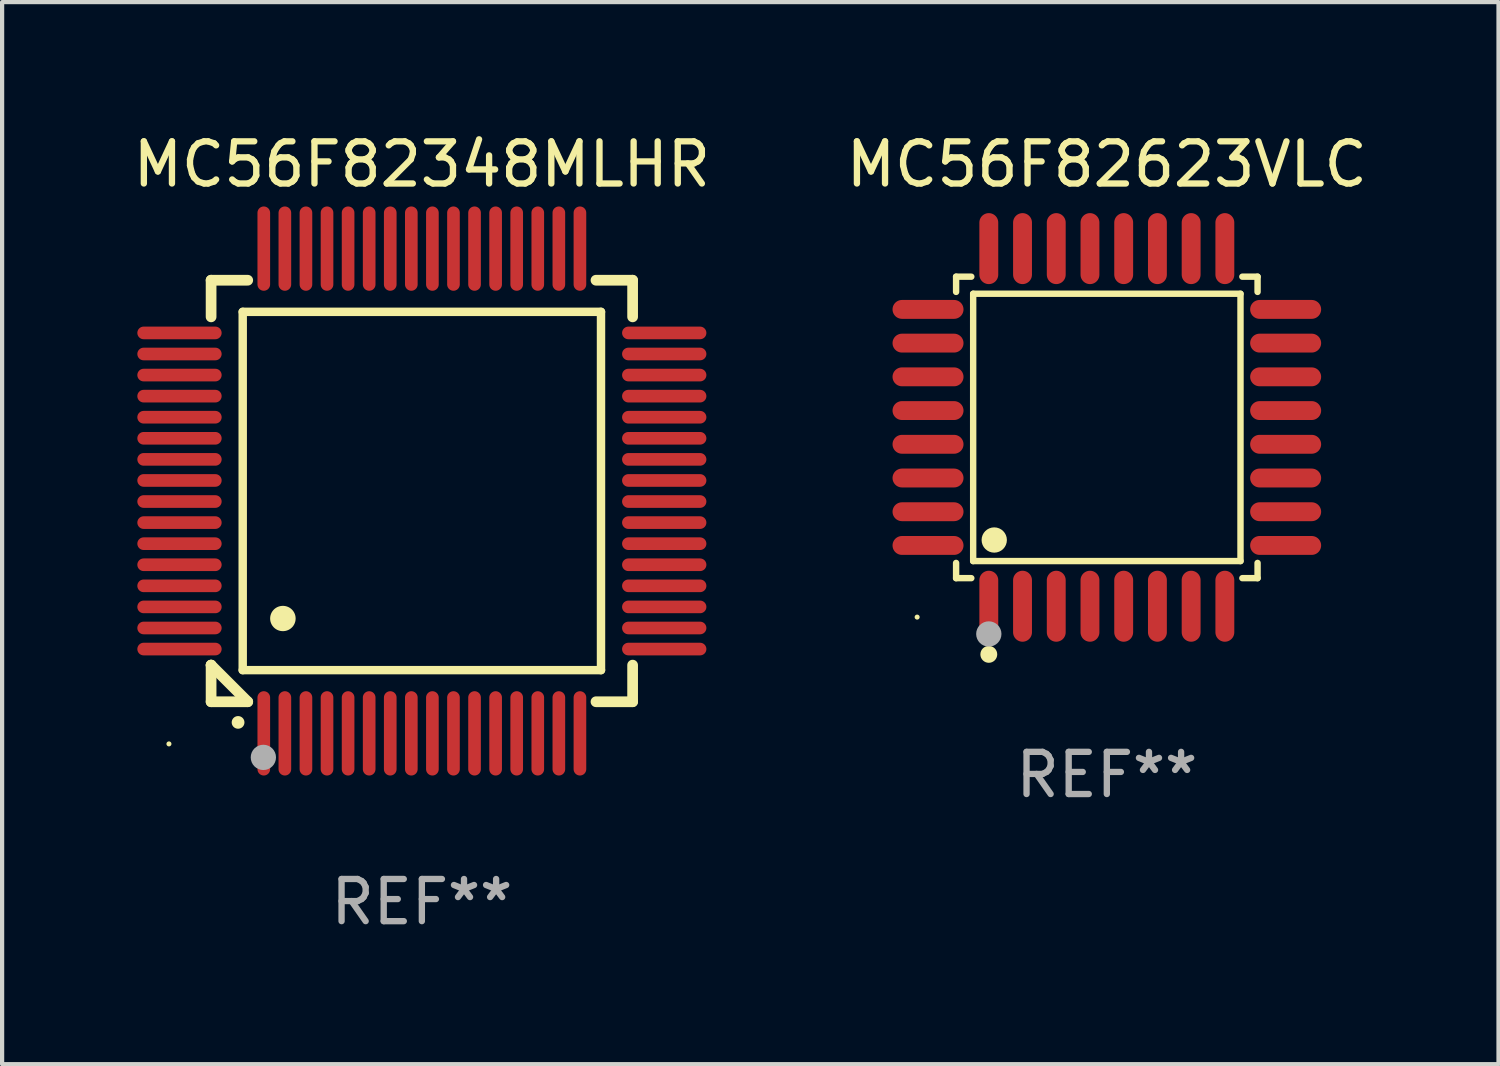
<source format=kicad_pcb>
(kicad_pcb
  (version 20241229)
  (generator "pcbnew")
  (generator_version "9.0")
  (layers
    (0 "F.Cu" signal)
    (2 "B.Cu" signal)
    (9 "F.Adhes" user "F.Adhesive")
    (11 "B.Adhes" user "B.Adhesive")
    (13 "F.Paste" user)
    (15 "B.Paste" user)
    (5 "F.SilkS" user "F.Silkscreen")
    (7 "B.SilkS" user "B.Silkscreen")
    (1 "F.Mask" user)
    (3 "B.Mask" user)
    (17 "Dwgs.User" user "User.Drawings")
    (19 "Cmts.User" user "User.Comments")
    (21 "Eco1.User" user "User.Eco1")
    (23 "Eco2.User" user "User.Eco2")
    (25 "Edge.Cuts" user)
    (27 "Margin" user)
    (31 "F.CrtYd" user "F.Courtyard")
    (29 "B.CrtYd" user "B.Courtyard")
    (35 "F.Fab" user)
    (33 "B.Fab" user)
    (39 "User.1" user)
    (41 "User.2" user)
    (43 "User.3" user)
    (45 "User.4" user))
  (footprint "MC56F82348MLHR"
    (layer "F.Cu")
    (at 6.958 8.598)
    (property "Reference" "MC56F82348MLHR" (at 0 -7.75 0) (layer "F.SilkS") (effects (font (size 1 1) (thickness 0.15))))
    (attr through_hole)
    (fp_line (start -5 -5) (end -4.131 -5) (stroke (width 0.254) (type solid)) (layer "F.SilkS"))
    (fp_line (start -5 -4.131) (end -5 -5) (stroke (width 0.254) (type solid)) (layer "F.SilkS"))
    (fp_line (start -5 4.131) (end -5 4.131) (stroke (width 0.254) (type solid)) (layer "F.SilkS"))
    (fp_line (start -5 5) (end -5 4.131) (stroke (width 0.254) (type solid)) (layer "F.SilkS"))
    (fp_line (start -5 4.131) (end -4.131 5) (stroke (width 0.254) (type solid)) (layer "F.SilkS"))
    (fp_line (start -4.25 -4.25) (end -4.25 4.25) (stroke (width 0.2) (type solid)) (layer "F.SilkS"))
    (fp_line (start -4.25 4.25) (end 4.25 4.25) (stroke (width 0.2) (type solid)) (layer "F.SilkS"))
    (fp_line (start -4.131 5) (end -5 5) (stroke (width 0.254) (type solid)) (layer "F.SilkS"))
    (fp_line (start 4.25 -4.25) (end -4.25 -4.25) (stroke (width 0.2) (type solid)) (layer "F.SilkS"))
    (fp_line (start 4.25 4.25) (end 4.25 -4.25) (stroke (width 0.2) (type solid)) (layer "F.SilkS"))
    (fp_line (start 5 -5) (end 4.131 -5) (stroke (width 0.254) (type solid)) (layer "F.SilkS"))
    (fp_line (start 5 -5) (end 5 -4.131) (stroke (width 0.254) (type solid)) (layer "F.SilkS"))
    (fp_line (start 5 4.131) (end 5 5) (stroke (width 0.254) (type solid)) (layer "F.SilkS"))
    (fp_line (start 5 5) (end 4.131 5) (stroke (width 0.254) (type solid)) (layer "F.SilkS"))
    (fp_arc (start -4.361265 5.489992) (mid -4.359995 5.489987) (end -4.358725 5.489992) (stroke (width 0.3) (type solid)) (layer "F.SilkS"))
    (fp_arc (start -3.299467 3.025146) (mid -3.296927 3.025135) (end -3.294387 3.025146) (stroke (width 0.6) (type solid)) (layer "F.SilkS"))
    (fp_circle (center -6 6) (end -5.97 6) (stroke (width 0.06) (type solid)) (fill no) (layer "F.SilkS"))
    (fp_circle (center -3.76 6.32) (end -3.61 6.32) (stroke (width 0.3) (type solid)) (fill no) (layer "F.Fab"))
    (fp_text user "REF**" (at 0 9.75 0) (layer "F.Fab") (effects (font (size 1 1) (thickness 0.15))))
    (pad "1" smd oval (at -3.75 5.75) (size 0.3 2) (layers "F.Cu" "F.Mask" "F.Paste"))
    (pad "2" smd oval (at -3.25 5.75) (size 0.3 2) (layers "F.Cu" "F.Mask" "F.Paste"))
    (pad "3" smd oval (at -2.75 5.75) (size 0.3 2) (layers "F.Cu" "F.Mask" "F.Paste"))
    (pad "4" smd oval (at -2.25 5.75) (size 0.3 2) (layers "F.Cu" "F.Mask" "F.Paste"))
    (pad "5" smd oval (at -1.75 5.75) (size 0.3 2) (layers "F.Cu" "F.Mask" "F.Paste"))
    (pad "6" smd oval (at -1.25 5.75) (size 0.3 2) (layers "F.Cu" "F.Mask" "F.Paste"))
    (pad "7" smd oval (at -0.75 5.75) (size 0.3 2) (layers "F.Cu" "F.Mask" "F.Paste"))
    (pad "8" smd oval (at -0.25 5.75) (size 0.3 2) (layers "F.Cu" "F.Mask" "F.Paste"))
    (pad "9" smd oval (at 0.25 5.75) (size 0.3 2) (layers "F.Cu" "F.Mask" "F.Paste"))
    (pad "10" smd oval (at 0.75 5.75) (size 0.3 2) (layers "F.Cu" "F.Mask" "F.Paste"))
    (pad "11" smd oval (at 1.25 5.75) (size 0.3 2) (layers "F.Cu" "F.Mask" "F.Paste"))
    (pad "12" smd oval (at 1.75 5.75) (size 0.3 2) (layers "F.Cu" "F.Mask" "F.Paste"))
    (pad "13" smd oval (at 2.25 5.75) (size 0.3 2) (layers "F.Cu" "F.Mask" "F.Paste"))
    (pad "14" smd oval (at 2.75 5.75) (size 0.3 2) (layers "F.Cu" "F.Mask" "F.Paste"))
    (pad "15" smd oval (at 3.25 5.75) (size 0.3 2) (layers "F.Cu" "F.Mask" "F.Paste"))
    (pad "16" smd oval (at 3.75 5.75) (size 0.3 2) (layers "F.Cu" "F.Mask" "F.Paste"))
    (pad "17" smd oval (at 5.75 3.75) (size 2 0.3) (layers "F.Cu" "F.Mask" "F.Paste"))
    (pad "18" smd oval (at 5.75 3.25) (size 2 0.3) (layers "F.Cu" "F.Mask" "F.Paste"))
    (pad "19" smd oval (at 5.75 2.75) (size 2 0.3) (layers "F.Cu" "F.Mask" "F.Paste"))
    (pad "20" smd oval (at 5.75 2.25) (size 2 0.3) (layers "F.Cu" "F.Mask" "F.Paste"))
    (pad "21" smd oval (at 5.75 1.75) (size 2 0.3) (layers "F.Cu" "F.Mask" "F.Paste"))
    (pad "22" smd oval (at 5.75 1.25) (size 2 0.3) (layers "F.Cu" "F.Mask" "F.Paste"))
    (pad "23" smd oval (at 5.75 0.75) (size 2 0.3) (layers "F.Cu" "F.Mask" "F.Paste"))
    (pad "24" smd oval (at 5.75 0.25) (size 2 0.3) (layers "F.Cu" "F.Mask" "F.Paste"))
    (pad "25" smd oval (at 5.75 -0.25) (size 2 0.3) (layers "F.Cu" "F.Mask" "F.Paste"))
    (pad "26" smd oval (at 5.75 -0.75) (size 2 0.3) (layers "F.Cu" "F.Mask" "F.Paste"))
    (pad "27" smd oval (at 5.75 -1.25) (size 2 0.3) (layers "F.Cu" "F.Mask" "F.Paste"))
    (pad "28" smd oval (at 5.75 -1.75) (size 2 0.3) (layers "F.Cu" "F.Mask" "F.Paste"))
    (pad "29" smd oval (at 5.75 -2.25) (size 2 0.3) (layers "F.Cu" "F.Mask" "F.Paste"))
    (pad "30" smd oval (at 5.75 -2.75) (size 2 0.3) (layers "F.Cu" "F.Mask" "F.Paste"))
    (pad "31" smd oval (at 5.75 -3.25) (size 2 0.3) (layers "F.Cu" "F.Mask" "F.Paste"))
    (pad "32" smd oval (at 5.75 -3.75) (size 2 0.3) (layers "F.Cu" "F.Mask" "F.Paste"))
    (pad "33" smd oval (at 3.75 -5.75) (size 0.3 2) (layers "F.Cu" "F.Mask" "F.Paste"))
    (pad "34" smd oval (at 3.25 -5.75) (size 0.3 2) (layers "F.Cu" "F.Mask" "F.Paste"))
    (pad "35" smd oval (at 2.75 -5.75) (size 0.3 2) (layers "F.Cu" "F.Mask" "F.Paste"))
    (pad "36" smd oval (at 2.25 -5.75) (size 0.3 2) (layers "F.Cu" "F.Mask" "F.Paste"))
    (pad "37" smd oval (at 1.75 -5.75) (size 0.3 2) (layers "F.Cu" "F.Mask" "F.Paste"))
    (pad "38" smd oval (at 1.25 -5.75) (size 0.3 2) (layers "F.Cu" "F.Mask" "F.Paste"))
    (pad "39" smd oval (at 0.75 -5.75) (size 0.3 2) (layers "F.Cu" "F.Mask" "F.Paste"))
    (pad "40" smd oval (at 0.25 -5.75) (size 0.3 2) (layers "F.Cu" "F.Mask" "F.Paste"))
    (pad "41" smd oval (at -0.25 -5.75) (size 0.3 2) (layers "F.Cu" "F.Mask" "F.Paste"))
    (pad "42" smd oval (at -0.75 -5.75) (size 0.3 2) (layers "F.Cu" "F.Mask" "F.Paste"))
    (pad "43" smd oval (at -1.25 -5.75) (size 0.3 2) (layers "F.Cu" "F.Mask" "F.Paste"))
    (pad "44" smd oval (at -1.75 -5.75) (size 0.3 2) (layers "F.Cu" "F.Mask" "F.Paste"))
    (pad "45" smd oval (at -2.25 -5.75) (size 0.3 2) (layers "F.Cu" "F.Mask" "F.Paste"))
    (pad "46" smd oval (at -2.75 -5.75) (size 0.3 2) (layers "F.Cu" "F.Mask" "F.Paste"))
    (pad "47" smd oval (at -3.25 -5.75) (size 0.3 2) (layers "F.Cu" "F.Mask" "F.Paste"))
    (pad "48" smd oval (at -3.75 -5.75) (size 0.3 2) (layers "F.Cu" "F.Mask" "F.Paste"))
    (pad "49" smd oval (at -5.75 -3.75) (size 2 0.3) (layers "F.Cu" "F.Mask" "F.Paste"))
    (pad "50" smd oval (at -5.75 -3.25) (size 2 0.3) (layers "F.Cu" "F.Mask" "F.Paste"))
    (pad "51" smd oval (at -5.75 -2.75) (size 2 0.3) (layers "F.Cu" "F.Mask" "F.Paste"))
    (pad "52" smd oval (at -5.75 -2.25) (size 2 0.3) (layers "F.Cu" "F.Mask" "F.Paste"))
    (pad "53" smd oval (at -5.75 -1.75) (size 2 0.3) (layers "F.Cu" "F.Mask" "F.Paste"))
    (pad "54" smd oval (at -5.75 -1.25) (size 2 0.3) (layers "F.Cu" "F.Mask" "F.Paste"))
    (pad "55" smd oval (at -5.75 -0.75) (size 2 0.3) (layers "F.Cu" "F.Mask" "F.Paste"))
    (pad "56" smd oval (at -5.75 -0.25) (size 2 0.3) (layers "F.Cu" "F.Mask" "F.Paste"))
    (pad "57" smd oval (at -5.75 0.25) (size 2 0.3) (layers "F.Cu" "F.Mask" "F.Paste"))
    (pad "58" smd oval (at -5.75 0.75) (size 2 0.3) (layers "F.Cu" "F.Mask" "F.Paste"))
    (pad "59" smd oval (at -5.75 1.25) (size 2 0.3) (layers "F.Cu" "F.Mask" "F.Paste"))
    (pad "60" smd oval (at -5.75 1.75) (size 2 0.3) (layers "F.Cu" "F.Mask" "F.Paste"))
    (pad "61" smd oval (at -5.75 2.25) (size 2 0.3) (layers "F.Cu" "F.Mask" "F.Paste"))
    (pad "62" smd oval (at -5.75 2.75) (size 2 0.3) (layers "F.Cu" "F.Mask" "F.Paste"))
    (pad "63" smd oval (at -5.75 3.25) (size 2 0.3) (layers "F.Cu" "F.Mask" "F.Paste"))
    (pad "64" smd oval (at -5.75 3.75) (size 2 0.3) (layers "F.Cu" "F.Mask" "F.Paste")))
  (footprint "MC56F82623VLC"
    (layer "F.Cu")
    (at 23.208 7.09)
    (property "Reference" "MC56F82623VLC" (at 0 -6.242 0) (layer "F.SilkS") (effects (font (size 1 1) (thickness 0.15))))
    (attr through_hole)
    (fp_line (start -3.576 -3.576) (end -3.215 -3.576) (stroke (width 0.152) (type solid)) (layer "F.SilkS"))
    (fp_line (start -3.576 -3.215) (end -3.576 -3.576) (stroke (width 0.152) (type solid)) (layer "F.SilkS"))
    (fp_line (start -3.576 3.215) (end -3.576 3.576) (stroke (width 0.152) (type solid)) (layer "F.SilkS"))
    (fp_line (start -3.576 3.576) (end -3.215 3.576) (stroke (width 0.152) (type solid)) (layer "F.SilkS"))
    (fp_line (start -3.171 -3.171) (end 3.171 -3.171) (stroke (width 0.152) (type solid)) (layer "F.SilkS"))
    (fp_line (start -3.171 3.171) (end -3.171 -3.171) (stroke (width 0.152) (type solid)) (layer "F.SilkS"))
    (fp_line (start 3.171 -3.171) (end 3.171 3.171) (stroke (width 0.152) (type solid)) (layer "F.SilkS"))
    (fp_line (start 3.171 3.171) (end -3.171 3.171) (stroke (width 0.152) (type solid)) (layer "F.SilkS"))
    (fp_line (start 3.576 -3.576) (end 3.215 -3.576) (stroke (width 0.152) (type solid)) (layer "F.SilkS"))
    (fp_line (start 3.576 -3.215) (end 3.576 -3.576) (stroke (width 0.152) (type solid)) (layer "F.SilkS"))
    (fp_line (start 3.576 3.215) (end 3.576 3.576) (stroke (width 0.152) (type solid)) (layer "F.SilkS"))
    (fp_line (start 3.576 3.576) (end 3.215 3.576) (stroke (width 0.152) (type solid)) (layer "F.SilkS"))
    (fp_circle (center -4.5 4.5) (end -4.47 4.5) (stroke (width 0.06) (type solid)) (fill no) (layer "F.SilkS"))
    (fp_circle (center -2.8 5.384) (end -2.7 5.384) (stroke (width 0.2) (type solid)) (fill no) (layer "F.SilkS"))
    (fp_circle (center -2.671 2.671) (end -2.521 2.671) (stroke (width 0.3) (type solid)) (fill no) (layer "F.SilkS"))
    (fp_circle (center -2.8 4.9) (end -2.65 4.9) (stroke (width 0.3) (type solid)) (fill no) (layer "F.Fab"))
    (fp_text user "REF**" (at 0 8.242 0) (layer "F.Fab") (effects (font (size 1 1) (thickness 0.15))))
    (pad "1" smd oval (at -2.8 4.242) (size 0.448 1.684) (layers "F.Cu" "F.Mask" "F.Paste"))
    (pad "2" smd oval (at -2 4.242) (size 0.448 1.684) (layers "F.Cu" "F.Mask" "F.Paste"))
    (pad "3" smd oval (at -1.2 4.242) (size 0.448 1.684) (layers "F.Cu" "F.Mask" "F.Paste"))
    (pad "4" smd oval (at -0.4 4.242) (size 0.448 1.684) (layers "F.Cu" "F.Mask" "F.Paste"))
    (pad "5" smd oval (at 0.4 4.242) (size 0.448 1.684) (layers "F.Cu" "F.Mask" "F.Paste"))
    (pad "6" smd oval (at 1.2 4.242) (size 0.448 1.684) (layers "F.Cu" "F.Mask" "F.Paste"))
    (pad "7" smd oval (at 2 4.242) (size 0.448 1.684) (layers "F.Cu" "F.Mask" "F.Paste"))
    (pad "8" smd oval (at 2.8 4.242) (size 0.448 1.684) (layers "F.Cu" "F.Mask" "F.Paste"))
    (pad "9" smd oval (at 4.242 2.8) (size 1.684 0.448) (layers "F.Cu" "F.Mask" "F.Paste"))
    (pad "10" smd oval (at 4.242 2) (size 1.684 0.448) (layers "F.Cu" "F.Mask" "F.Paste"))
    (pad "11" smd oval (at 4.242 1.2) (size 1.684 0.448) (layers "F.Cu" "F.Mask" "F.Paste"))
    (pad "12" smd oval (at 4.242 0.4) (size 1.684 0.448) (layers "F.Cu" "F.Mask" "F.Paste"))
    (pad "13" smd oval (at 4.242 -0.4) (size 1.684 0.448) (layers "F.Cu" "F.Mask" "F.Paste"))
    (pad "14" smd oval (at 4.242 -1.2) (size 1.684 0.448) (layers "F.Cu" "F.Mask" "F.Paste"))
    (pad "15" smd oval (at 4.242 -2) (size 1.684 0.448) (layers "F.Cu" "F.Mask" "F.Paste"))
    (pad "16" smd oval (at 4.242 -2.8) (size 1.684 0.448) (layers "F.Cu" "F.Mask" "F.Paste"))
    (pad "17" smd oval (at 2.8 -4.242) (size 0.448 1.684) (layers "F.Cu" "F.Mask" "F.Paste"))
    (pad "18" smd oval (at 2 -4.242) (size 0.448 1.684) (layers "F.Cu" "F.Mask" "F.Paste"))
    (pad "19" smd oval (at 1.2 -4.242) (size 0.448 1.684) (layers "F.Cu" "F.Mask" "F.Paste"))
    (pad "20" smd oval (at 0.4 -4.242) (size 0.448 1.684) (layers "F.Cu" "F.Mask" "F.Paste"))
    (pad "21" smd oval (at -0.4 -4.242) (size 0.448 1.684) (layers "F.Cu" "F.Mask" "F.Paste"))
    (pad "22" smd oval (at -1.2 -4.242) (size 0.448 1.684) (layers "F.Cu" "F.Mask" "F.Paste"))
    (pad "23" smd oval (at -2 -4.242) (size 0.448 1.684) (layers "F.Cu" "F.Mask" "F.Paste"))
    (pad "24" smd oval (at -2.8 -4.242) (size 0.448 1.684) (layers "F.Cu" "F.Mask" "F.Paste"))
    (pad "25" smd oval (at -4.242 -2.8) (size 1.684 0.448) (layers "F.Cu" "F.Mask" "F.Paste"))
    (pad "26" smd oval (at -4.242 -2) (size 1.684 0.448) (layers "F.Cu" "F.Mask" "F.Paste"))
    (pad "27" smd oval (at -4.242 -1.2) (size 1.684 0.448) (layers "F.Cu" "F.Mask" "F.Paste"))
    (pad "28" smd oval (at -4.242 -0.4) (size 1.684 0.448) (layers "F.Cu" "F.Mask" "F.Paste"))
    (pad "29" smd oval (at -4.242 0.4) (size 1.684 0.448) (layers "F.Cu" "F.Mask" "F.Paste"))
    (pad "30" smd oval (at -4.242 1.2) (size 1.684 0.448) (layers "F.Cu" "F.Mask" "F.Paste"))
    (pad "31" smd oval (at -4.242 2) (size 1.684 0.448) (layers "F.Cu" "F.Mask" "F.Paste"))
    (pad "32" smd oval (at -4.242 2.8) (size 1.684 0.448) (layers "F.Cu" "F.Mask" "F.Paste")))
  (gr_rect
    (start -3 -3)
    (end 32.5 22.196)
    (stroke (width 0.1) (type default))
    (fill no)
    (layer "Edge.Cuts")))
</source>
